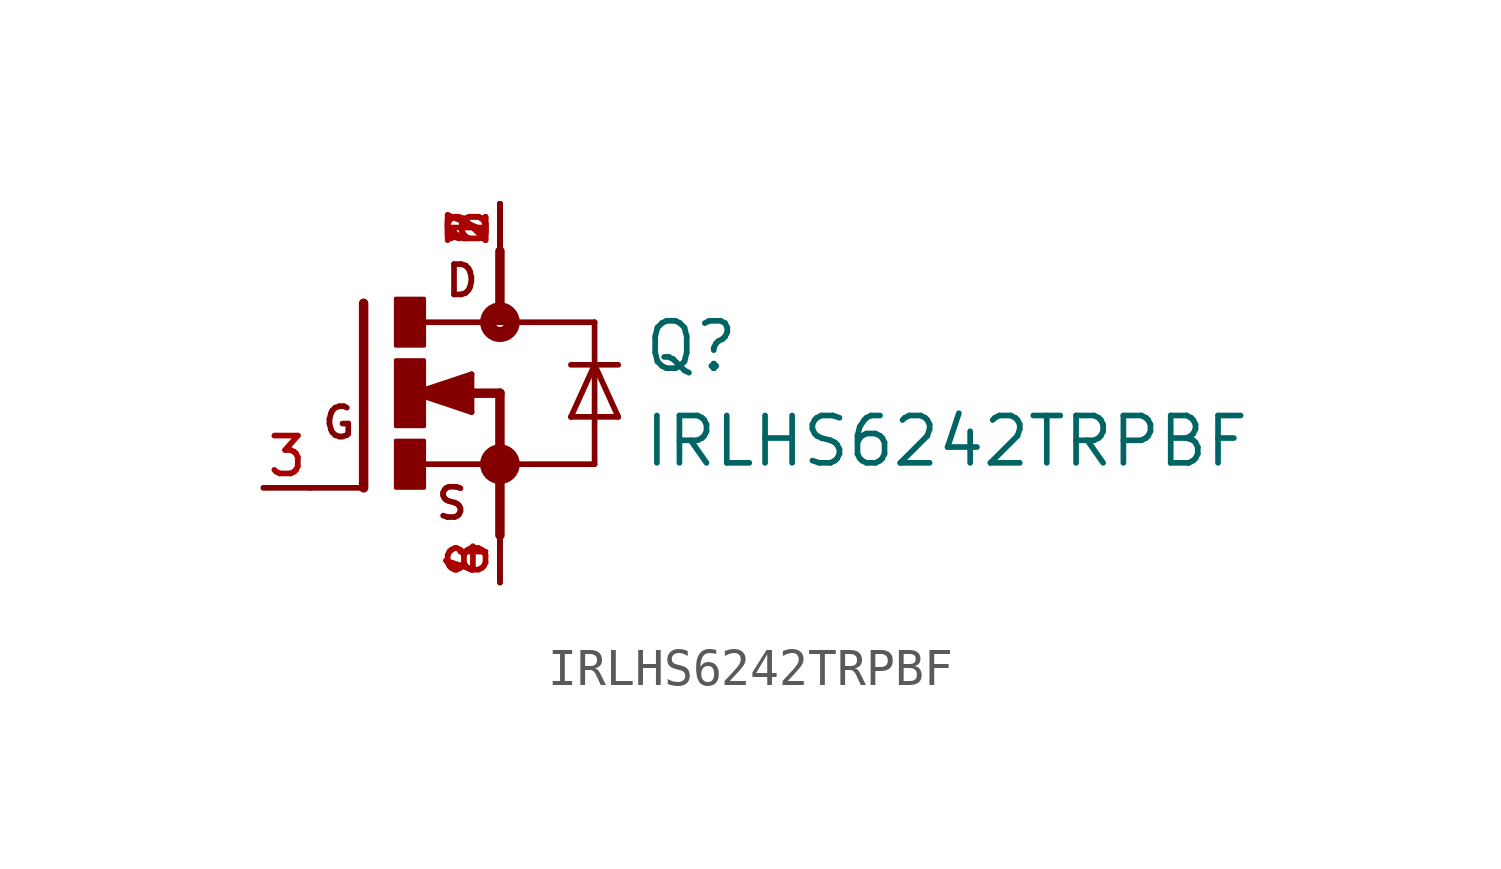
<source format=kicad_sym>
(kicad_symbol_lib
  (version 20241209)
  (generator "kicad_symbol_editor")
  (generator_version "9.0")
  (symbol "IRLHS6242TRPBF"
    (pin_names
      (offset 1.016))
    (property "Reference" "Q"
      (at 3.824 0.508 0)
      (effects (font (size 1.27 1.27)) (justify left bottom)))
    (property "Value" "IRLHS6242TRPBF"
      (at 3.81 -2.032 0)
      (effects (font (size 1.27 1.27)) (justify left bottom)))
    (symbol "IRLHS6242TRPBF_0_0"
      (polyline (pts (xy -3.658 2.413) (xy -3.658 -2.54)) (stroke (width 0.254) (type default)) (fill (type none)))
      (polyline (pts (xy -3.658 -2.54) (xy -5.08 -2.54)) (stroke (width 0.152) (type default)) (fill (type none)))
      (rectangle (start -2.797 1.271) (end -2.032 2.54) (stroke (width 0.1) (type default)) (fill (type outline)))
      (rectangle (start -2.796 -2.542) (end -2.032 -1.27) (stroke (width 0.1) (type default)) (fill (type outline)))
      (rectangle (start -2.796 -0.89) (end -2.032 0.889) (stroke (width 0.1) (type default)) (fill (type outline)))
      (polyline (pts (xy -2.286 0) (xy -0.762 -0.508)) (stroke (width 0.152) (type default)) (fill (type none)))
      (polyline (pts (xy -2.032 0) (xy -2.286 0)) (stroke (width 0.254) (type default)) (fill (type none)))
      (polyline (pts (xy -2.032 0) (xy -0.889 -0.254)) (stroke (width 0.305) (type default)) (fill (type none)))
      (polyline (pts (xy -2.032 -1.905) (xy 0 -1.905)) (stroke (width 0.152) (type default)) (fill (type none)))
      (polyline (pts (xy -1.905 0) (xy -2.032 0)) (stroke (width 0.254) (type default)) (fill (type none)))
      (polyline (pts (xy -1.143 0.254) (xy -2.032 0)) (stroke (width 0.305) (type default)) (fill (type none)))
      (polyline (pts (xy -0.889 0.254) (xy -2.286 0)) (stroke (width 0.152) (type default)) (fill (type none)))
      (polyline (pts (xy -0.889 0.254) (xy -1.905 0)) (stroke (width 0.305) (type default)) (fill (type none)))
      (polyline (pts (xy -0.889 -0.254) (xy -0.889 0.254)) (stroke (width 0.305) (type default)) (fill (type none)))
      (polyline (pts (xy -0.762 0.508) (xy -2.286 0)) (stroke (width 0.152) (type default)) (fill (type none)))
      (polyline (pts (xy -0.762 0) (xy -1.905 0)) (stroke (width 0.254) (type default)) (fill (type none)))
      (polyline (pts (xy -0.762 0) (xy -0.762 0.508)) (stroke (width 0.152) (type default)) (fill (type none)))
      (polyline (pts (xy -0.762 0) (xy 0 0)) (stroke (width 0.254) (type default)) (fill (type none)))
      (polyline (pts (xy -0.762 -0.508) (xy -0.762 0)) (stroke (width 0.152) (type default)) (fill (type none)))
      (polyline (pts (xy 0 3.81) (xy 0 2.032)) (stroke (width 0.254) (type default)) (fill (type none)))
      (polyline (pts (xy 0 2.032) (xy 0 1.905)) (stroke (width 0.152) (type default)) (fill (type none)))
      (circle (center 0 1.905) (radius 0.127) (stroke (width 0.406) (type default)) (fill (type none)))
      (polyline (pts (xy 0 1.905) (xy -2.007 1.905)) (stroke (width 0.152) (type default)) (fill (type none)))
      (polyline (pts (xy 0 1.905) (xy 2.54 1.905)) (stroke (width 0.152) (type default)) (fill (type none)))
      (polyline (pts (xy 0 0) (xy 0 -1.778)) (stroke (width 0.254) (type default)) (fill (type none)))
      (polyline (pts (xy 0 -1.905) (xy 0 -2.032)) (stroke (width 0.152) (type default)) (fill (type none)))
      (circle (center 0 -1.905) (radius 0.127) (stroke (width 0.406) (type default)) (fill (type none)))
      (polyline (pts (xy 0 -3.81) (xy 0 -2.032)) (stroke (width 0.254) (type default)) (fill (type none)))
      (polyline (pts (xy 1.905 0.762) (xy 2.54 0.762)) (stroke (width 0.152) (type default)) (fill (type none)))
      (polyline (pts (xy 1.905 -0.635) (xy 3.175 -0.635)) (stroke (width 0.152) (type default)) (fill (type none)))
      (polyline (pts (xy 2.54 1.905) (xy 2.54 0.762)) (stroke (width 0.152) (type default)) (fill (type none)))
      (polyline (pts (xy 2.54 0.762) (xy 1.905 -0.635)) (stroke (width 0.152) (type default)) (fill (type none)))
      (polyline (pts (xy 2.54 0.762) (xy 2.54 -1.905)) (stroke (width 0.152) (type default)) (fill (type none)))
      (polyline (pts (xy 2.54 0.762) (xy 3.175 0.762)) (stroke (width 0.152) (type default)) (fill (type none)))
      (polyline (pts (xy 2.54 -1.905) (xy 0 -1.905)) (stroke (width 0.152) (type default)) (fill (type none)))
      (polyline (pts (xy 3.175 -0.635) (xy 2.54 0.762)) (stroke (width 0.152) (type default)) (fill (type none)))
      (text "G" (at -4.83 -1.271 0) (effects (font (size 0.814 0.814)) (justify left bottom)))
      (text "S" (at -1.779 -3.431 0) (effects (font (size 0.813 0.813)) (justify left bottom)))
      (text "D" (at -1.526 2.543 0) (effects (font (size 0.814 0.814)) (justify left bottom))))
    (symbol "IRLHS6242TRPBF_1_0"
      (pin passive line (at -6.35 -2.54 0) (length 1.27) (name "~" (effects (font (size 1.016 1.016)))) (number "3" (effects (font (size 1.016 1.016)))))
      (pin passive line (at 0 5.08 270) (length 1.27) (name "~" (effects (font (size 1.016 1.016)))) (number "1" (effects (font (size 1.016 1.016)))))
      (pin passive line (at 0 5.08 270) (length 1.27) (name "~" (effects (font (size 1.016 1.016)))) (number "2" (effects (font (size 1.016 1.016)))))
      (pin passive line (at 0 5.08 270) (length 1.27) (name "~" (effects (font (size 1.016 1.016)))) (number "5" (effects (font (size 1.016 1.016)))))
      (pin passive line (at 0 5.08 270) (length 1.27) (name "~" (effects (font (size 1.016 1.016)))) (number "6" (effects (font (size 1.016 1.016)))))
      (pin passive line (at 0 5.08 270) (length 1.27) (name "~" (effects (font (size 1.016 1.016)))) (number "7" (effects (font (size 1.016 1.016)))))
      (pin passive line (at 0 -5.08 90) (length 1.27) (name "~" (effects (font (size 1.016 1.016)))) (number "4" (effects (font (size 1.016 1.016)))))
      (pin passive line (at 0 -5.08 90) (length 1.27) (name "~" (effects (font (size 1.016 1.016)))) (number "8" (effects (font (size 1.016 1.016))))))))
</source>
